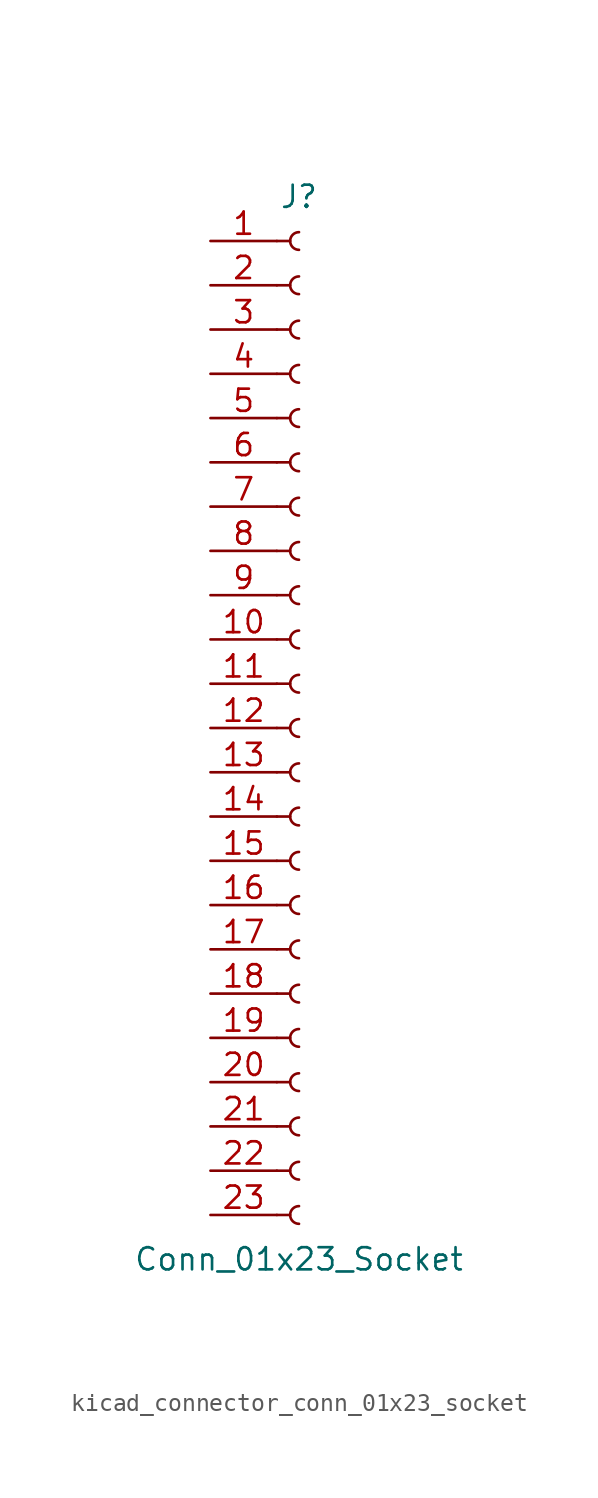
<source format=kicad_sym>
(kicad_symbol_lib
  (version 20220914)
  (generator kicad_symbol_editor)
  (symbol "kicad_connector_conn_01x23_socket"
    (pin_names
      (offset 1.016) hide)
    (property "Reference" "J"
      (at 0 30.48 0)
      (effects (font (size 1.27 1.27))))
    (property "Value" "Conn_01x23_Socket"
      (at 0 -30.48 0)
      (effects (font (size 1.27 1.27))))
    (property "ki_locked" ""
      (at 0 0 0)
      (effects (font (size 1.27 1.27))))
    (symbol "kicad_connector_conn_01x23_socket_1_1"
      (arc (start 0 -27.432) (mid -0.5058 -27.94) (end 0 -28.448) (stroke (width 0.1524) (type default)) (fill (type none)))
      (arc (start 0 -24.892) (mid -0.5058 -25.4) (end 0 -25.908) (stroke (width 0.1524) (type default)) (fill (type none)))
      (arc (start 0 -22.352) (mid -0.5058 -22.86) (end 0 -23.368) (stroke (width 0.1524) (type default)) (fill (type none)))
      (arc (start 0 -19.812) (mid -0.5058 -20.32) (end 0 -20.828) (stroke (width 0.1524) (type default)) (fill (type none)))
      (arc (start 0 -17.272) (mid -0.5058 -17.78) (end 0 -18.288) (stroke (width 0.1524) (type default)) (fill (type none)))
      (arc (start 0 -14.732) (mid -0.5058 -15.24) (end 0 -15.748) (stroke (width 0.1524) (type default)) (fill (type none)))
      (arc (start 0 -12.192) (mid -0.5058 -12.7) (end 0 -13.208) (stroke (width 0.1524) (type default)) (fill (type none)))
      (arc (start 0 -9.652) (mid -0.5058 -10.16) (end 0 -10.668) (stroke (width 0.1524) (type default)) (fill (type none)))
      (arc (start 0 -7.112) (mid -0.5058 -7.62) (end 0 -8.128) (stroke (width 0.1524) (type default)) (fill (type none)))
      (arc (start 0 -4.572) (mid -0.5058 -5.08) (end 0 -5.588) (stroke (width 0.1524) (type default)) (fill (type none)))
      (arc (start 0 -2.032) (mid -0.5058 -2.54) (end 0 -3.048) (stroke (width 0.1524) (type default)) (fill (type none)))
      (polyline (pts (xy -1.27 -27.94) (xy -0.508 -27.94)) (stroke (width 0.152) (type default)) (fill (type none)))
      (polyline (pts (xy -1.27 -25.4) (xy -0.508 -25.4)) (stroke (width 0.152) (type default)) (fill (type none)))
      (polyline (pts (xy -1.27 -22.86) (xy -0.508 -22.86)) (stroke (width 0.152) (type default)) (fill (type none)))
      (polyline (pts (xy -1.27 -20.32) (xy -0.508 -20.32)) (stroke (width 0.152) (type default)) (fill (type none)))
      (polyline (pts (xy -1.27 -17.78) (xy -0.508 -17.78)) (stroke (width 0.152) (type default)) (fill (type none)))
      (polyline (pts (xy -1.27 -15.24) (xy -0.508 -15.24)) (stroke (width 0.152) (type default)) (fill (type none)))
      (polyline (pts (xy -1.27 -12.7) (xy -0.508 -12.7)) (stroke (width 0.152) (type default)) (fill (type none)))
      (polyline (pts (xy -1.27 -10.16) (xy -0.508 -10.16)) (stroke (width 0.152) (type default)) (fill (type none)))
      (polyline (pts (xy -1.27 -7.62) (xy -0.508 -7.62)) (stroke (width 0.152) (type default)) (fill (type none)))
      (polyline (pts (xy -1.27 -5.08) (xy -0.508 -5.08)) (stroke (width 0.152) (type default)) (fill (type none)))
      (polyline (pts (xy -1.27 -2.54) (xy -0.508 -2.54)) (stroke (width 0.152) (type default)) (fill (type none)))
      (polyline (pts (xy -1.27 0) (xy -0.508 0)) (stroke (width 0.152) (type default)) (fill (type none)))
      (polyline (pts (xy -1.27 2.54) (xy -0.508 2.54)) (stroke (width 0.152) (type default)) (fill (type none)))
      (polyline (pts (xy -1.27 5.08) (xy -0.508 5.08)) (stroke (width 0.152) (type default)) (fill (type none)))
      (polyline (pts (xy -1.27 7.62) (xy -0.508 7.62)) (stroke (width 0.152) (type default)) (fill (type none)))
      (polyline (pts (xy -1.27 10.16) (xy -0.508 10.16)) (stroke (width 0.152) (type default)) (fill (type none)))
      (polyline (pts (xy -1.27 12.7) (xy -0.508 12.7)) (stroke (width 0.152) (type default)) (fill (type none)))
      (polyline (pts (xy -1.27 15.24) (xy -0.508 15.24)) (stroke (width 0.152) (type default)) (fill (type none)))
      (polyline (pts (xy -1.27 17.78) (xy -0.508 17.78)) (stroke (width 0.152) (type default)) (fill (type none)))
      (polyline (pts (xy -1.27 20.32) (xy -0.508 20.32)) (stroke (width 0.152) (type default)) (fill (type none)))
      (polyline (pts (xy -1.27 22.86) (xy -0.508 22.86)) (stroke (width 0.152) (type default)) (fill (type none)))
      (polyline (pts (xy -1.27 25.4) (xy -0.508 25.4)) (stroke (width 0.152) (type default)) (fill (type none)))
      (polyline (pts (xy -1.27 27.94) (xy -0.508 27.94)) (stroke (width 0.152) (type default)) (fill (type none)))
      (arc (start 0 0.508) (mid -0.5058 0) (end 0 -0.508) (stroke (width 0.1524) (type default)) (fill (type none)))
      (arc (start 0 3.048) (mid -0.5058 2.54) (end 0 2.032) (stroke (width 0.1524) (type default)) (fill (type none)))
      (arc (start 0 5.588) (mid -0.5058 5.08) (end 0 4.572) (stroke (width 0.1524) (type default)) (fill (type none)))
      (arc (start 0 8.128) (mid -0.5058 7.62) (end 0 7.112) (stroke (width 0.1524) (type default)) (fill (type none)))
      (arc (start 0 10.668) (mid -0.5058 10.16) (end 0 9.652) (stroke (width 0.1524) (type default)) (fill (type none)))
      (arc (start 0 13.208) (mid -0.5058 12.7) (end 0 12.192) (stroke (width 0.1524) (type default)) (fill (type none)))
      (arc (start 0 15.748) (mid -0.5058 15.24) (end 0 14.732) (stroke (width 0.1524) (type default)) (fill (type none)))
      (arc (start 0 18.288) (mid -0.5058 17.78) (end 0 17.272) (stroke (width 0.1524) (type default)) (fill (type none)))
      (arc (start 0 20.828) (mid -0.5058 20.32) (end 0 19.812) (stroke (width 0.1524) (type default)) (fill (type none)))
      (arc (start 0 23.368) (mid -0.5058 22.86) (end 0 22.352) (stroke (width 0.1524) (type default)) (fill (type none)))
      (arc (start 0 25.908) (mid -0.5058 25.4) (end 0 24.892) (stroke (width 0.1524) (type default)) (fill (type none)))
      (arc (start 0 28.448) (mid -0.5058 27.94) (end 0 27.432) (stroke (width 0.1524) (type default)) (fill (type none)))
      (pin passive line (at -5.08 27.94 0) (length 3.81) (name "Pin_1" (effects (font (size 1.27 1.27)))) (number "1" (effects (font (size 1.27 1.27)))))
      (pin passive line (at -5.08 5.08 0) (length 3.81) (name "Pin_10" (effects (font (size 1.27 1.27)))) (number "10" (effects (font (size 1.27 1.27)))))
      (pin passive line (at -5.08 2.54 0) (length 3.81) (name "Pin_11" (effects (font (size 1.27 1.27)))) (number "11" (effects (font (size 1.27 1.27)))))
      (pin passive line (at -5.08 0 0) (length 3.81) (name "Pin_12" (effects (font (size 1.27 1.27)))) (number "12" (effects (font (size 1.27 1.27)))))
      (pin passive line (at -5.08 -2.54 0) (length 3.81) (name "Pin_13" (effects (font (size 1.27 1.27)))) (number "13" (effects (font (size 1.27 1.27)))))
      (pin passive line (at -5.08 -5.08 0) (length 3.81) (name "Pin_14" (effects (font (size 1.27 1.27)))) (number "14" (effects (font (size 1.27 1.27)))))
      (pin passive line (at -5.08 -7.62 0) (length 3.81) (name "Pin_15" (effects (font (size 1.27 1.27)))) (number "15" (effects (font (size 1.27 1.27)))))
      (pin passive line (at -5.08 -10.16 0) (length 3.81) (name "Pin_16" (effects (font (size 1.27 1.27)))) (number "16" (effects (font (size 1.27 1.27)))))
      (pin passive line (at -5.08 -12.7 0) (length 3.81) (name "Pin_17" (effects (font (size 1.27 1.27)))) (number "17" (effects (font (size 1.27 1.27)))))
      (pin passive line (at -5.08 -15.24 0) (length 3.81) (name "Pin_18" (effects (font (size 1.27 1.27)))) (number "18" (effects (font (size 1.27 1.27)))))
      (pin passive line (at -5.08 -17.78 0) (length 3.81) (name "Pin_19" (effects (font (size 1.27 1.27)))) (number "19" (effects (font (size 1.27 1.27)))))
      (pin passive line (at -5.08 25.4 0) (length 3.81) (name "Pin_2" (effects (font (size 1.27 1.27)))) (number "2" (effects (font (size 1.27 1.27)))))
      (pin passive line (at -5.08 -20.32 0) (length 3.81) (name "Pin_20" (effects (font (size 1.27 1.27)))) (number "20" (effects (font (size 1.27 1.27)))))
      (pin passive line (at -5.08 -22.86 0) (length 3.81) (name "Pin_21" (effects (font (size 1.27 1.27)))) (number "21" (effects (font (size 1.27 1.27)))))
      (pin passive line (at -5.08 -25.4 0) (length 3.81) (name "Pin_22" (effects (font (size 1.27 1.27)))) (number "22" (effects (font (size 1.27 1.27)))))
      (pin passive line (at -5.08 -27.94 0) (length 3.81) (name "Pin_23" (effects (font (size 1.27 1.27)))) (number "23" (effects (font (size 1.27 1.27)))))
      (pin passive line (at -5.08 22.86 0) (length 3.81) (name "Pin_3" (effects (font (size 1.27 1.27)))) (number "3" (effects (font (size 1.27 1.27)))))
      (pin passive line (at -5.08 20.32 0) (length 3.81) (name "Pin_4" (effects (font (size 1.27 1.27)))) (number "4" (effects (font (size 1.27 1.27)))))
      (pin passive line (at -5.08 17.78 0) (length 3.81) (name "Pin_5" (effects (font (size 1.27 1.27)))) (number "5" (effects (font (size 1.27 1.27)))))
      (pin passive line (at -5.08 15.24 0) (length 3.81) (name "Pin_6" (effects (font (size 1.27 1.27)))) (number "6" (effects (font (size 1.27 1.27)))))
      (pin passive line (at -5.08 12.7 0) (length 3.81) (name "Pin_7" (effects (font (size 1.27 1.27)))) (number "7" (effects (font (size 1.27 1.27)))))
      (pin passive line (at -5.08 10.16 0) (length 3.81) (name "Pin_8" (effects (font (size 1.27 1.27)))) (number "8" (effects (font (size 1.27 1.27)))))
      (pin passive line (at -5.08 7.62 0) (length 3.81) (name "Pin_9" (effects (font (size 1.27 1.27)))) (number "9" (effects (font (size 1.27 1.27))))))))
</source>
